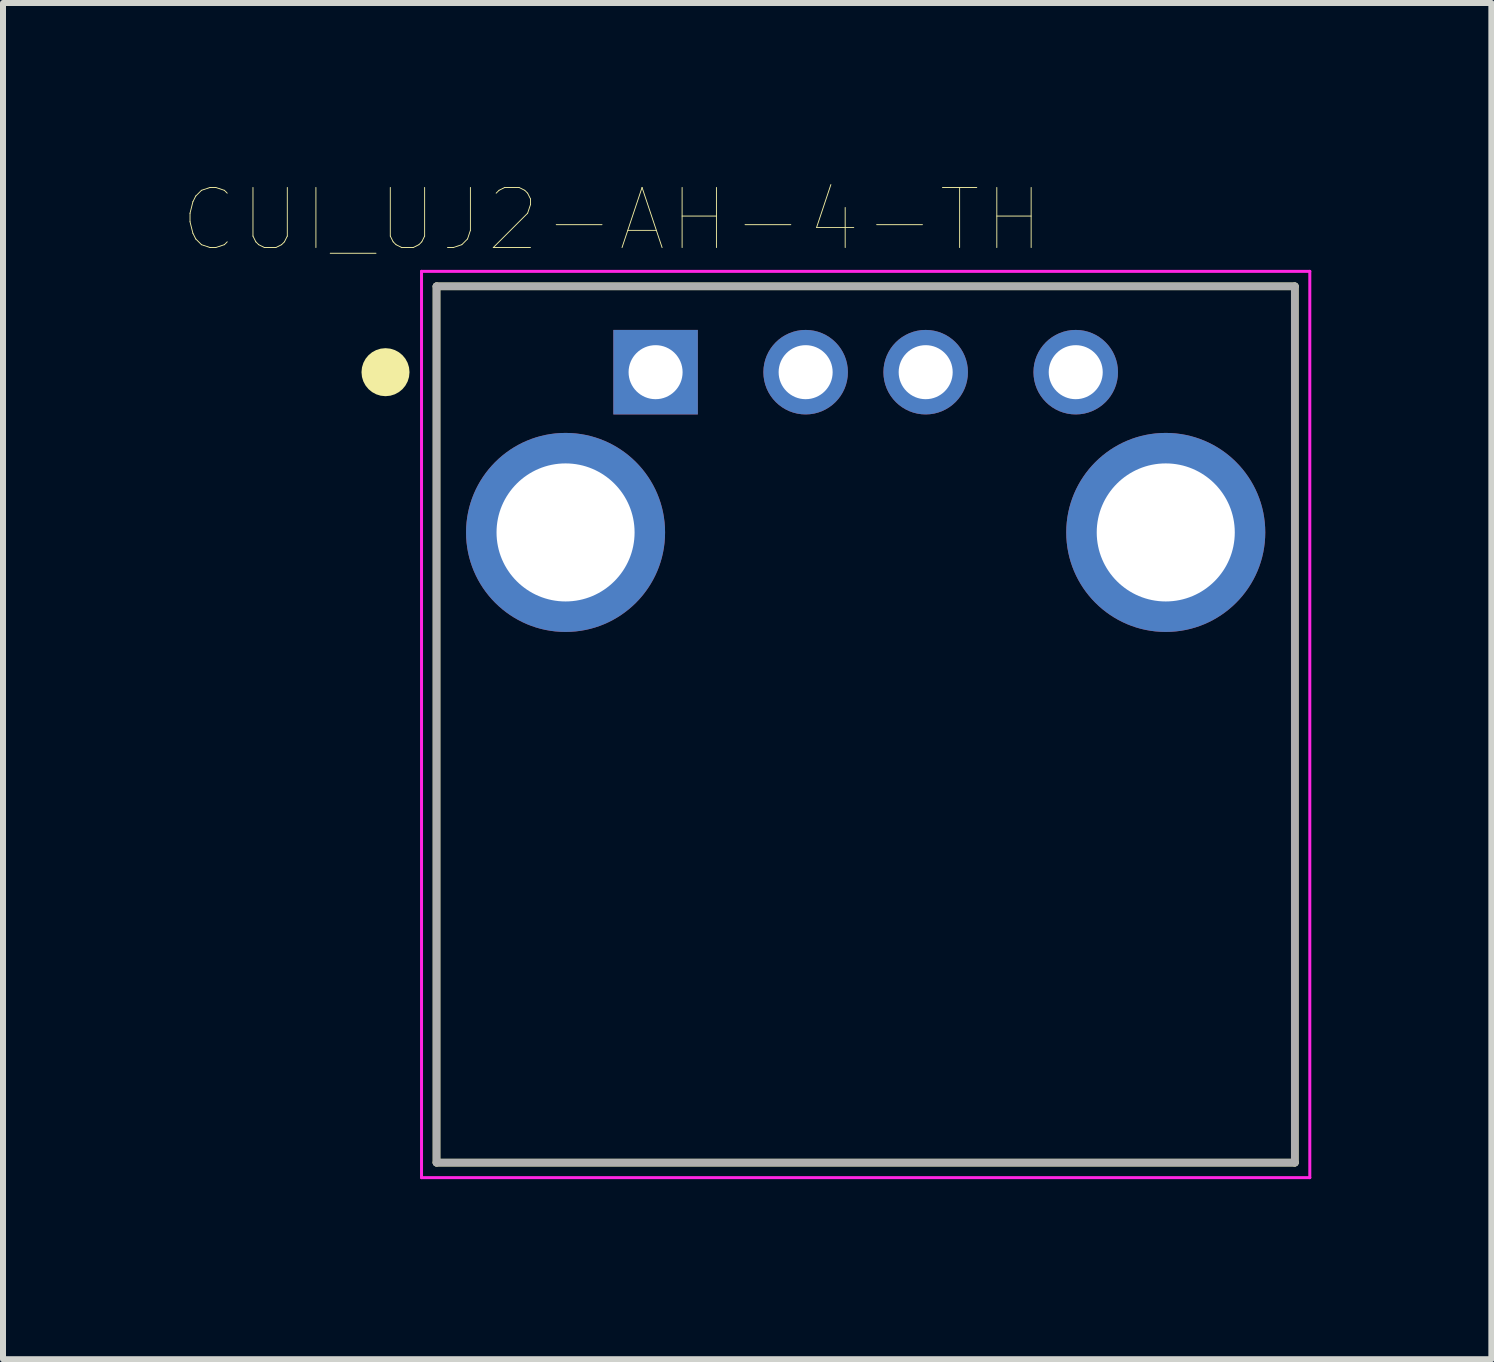
<source format=kicad_pcb>
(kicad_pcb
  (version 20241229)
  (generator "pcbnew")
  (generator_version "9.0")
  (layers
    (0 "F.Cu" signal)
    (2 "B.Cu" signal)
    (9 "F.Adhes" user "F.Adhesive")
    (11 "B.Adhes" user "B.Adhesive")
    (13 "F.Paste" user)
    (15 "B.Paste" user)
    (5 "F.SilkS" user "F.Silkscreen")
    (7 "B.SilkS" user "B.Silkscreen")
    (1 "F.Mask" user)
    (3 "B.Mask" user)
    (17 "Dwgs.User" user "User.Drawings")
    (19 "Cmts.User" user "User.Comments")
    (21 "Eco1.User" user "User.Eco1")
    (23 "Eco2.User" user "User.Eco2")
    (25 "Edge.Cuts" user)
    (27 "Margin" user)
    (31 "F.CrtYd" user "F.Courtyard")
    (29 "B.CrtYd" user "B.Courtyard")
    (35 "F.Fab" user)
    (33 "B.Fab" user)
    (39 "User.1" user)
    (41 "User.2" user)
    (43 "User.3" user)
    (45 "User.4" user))
  (footprint "CUI_UJ2-AH-4-TH"
    (layer "F.Cu")
    (at 7.873 3.151)
    (property "Reference" "CUI_UJ2-AH-4-TH" (at -0.726 -2.539 0) (layer "F.SilkS") (effects (font (size 1.001 1.001) (thickness 0.015))))
    (attr through_hole)
    (fp_line (start -3.65 -1.43) (end 10.65 -1.43) (stroke (width 0.127) (type solid)) (layer "F.SilkS"))
    (fp_line (start -3.65 13.17) (end -3.65 -1.43) (stroke (width 0.127) (type solid)) (layer "F.SilkS"))
    (fp_line (start 10.65 -1.43) (end 10.65 13.17) (stroke (width 0.127) (type solid)) (layer "F.SilkS"))
    (fp_line (start 10.65 13.17) (end -3.65 13.17) (stroke (width 0.127) (type solid)) (layer "F.SilkS"))
    (fp_circle (center -4.5 0) (end -4.3 0) (stroke (width 0.4) (type solid)) (fill no) (layer "F.SilkS"))
    (fp_line (start -3.9 -1.68) (end 10.9 -1.68) (stroke (width 0.05) (type solid)) (layer "F.CrtYd"))
    (fp_line (start -3.9 13.42) (end -3.9 -1.68) (stroke (width 0.05) (type solid)) (layer "F.CrtYd"))
    (fp_line (start 10.9 -1.68) (end 10.9 13.42) (stroke (width 0.05) (type solid)) (layer "F.CrtYd"))
    (fp_line (start 10.9 13.42) (end -3.9 13.42) (stroke (width 0.05) (type solid)) (layer "F.CrtYd"))
    (fp_line (start -3.65 -1.43) (end 10.65 -1.43) (stroke (width 0.127) (type solid)) (layer "F.Fab"))
    (fp_line (start -3.65 13.17) (end -3.65 -1.43) (stroke (width 0.127) (type solid)) (layer "F.Fab"))
    (fp_line (start 10.65 -1.43) (end 10.65 13.17) (stroke (width 0.127) (type solid)) (layer "F.Fab"))
    (fp_line (start 10.65 13.17) (end -3.65 13.17) (stroke (width 0.127) (type solid)) (layer "F.Fab"))
    (fp_circle (center 0 0) (end 0.2 0) (stroke (width 0.4) (type solid)) (fill no) (layer "F.Fab"))
    (pad "1" thru_hole rect (at 0 0) (size 1.408 1.408) (drill 0.9) (layers "*.Cu" "*.Mask"))
    (pad "2" thru_hole circle (at 2.5 0) (size 1.408 1.408) (drill 0.9) (layers "*.Cu" "*.Mask"))
    (pad "3" thru_hole circle (at 4.5 0) (size 1.408 1.408) (drill 0.9) (layers "*.Cu" "*.Mask"))
    (pad "4" thru_hole circle (at 7 0) (size 1.408 1.408) (drill 0.9) (layers "*.Cu" "*.Mask"))
    (pad "SH1" thru_hole circle (at -1.5 2.67) (size 3.316 3.316) (drill 2.3) (layers "*.Cu" "*.Mask"))
    (pad "SH2" thru_hole circle (at 8.5 2.67) (size 3.316 3.316) (drill 2.3) (layers "*.Cu" "*.Mask")))
  (gr_rect
    (start -3 -3)
    (end 21.798 19.596)
    (stroke (width 0.1) (type default))
    (fill no)
    (layer "Edge.Cuts")))
</source>
